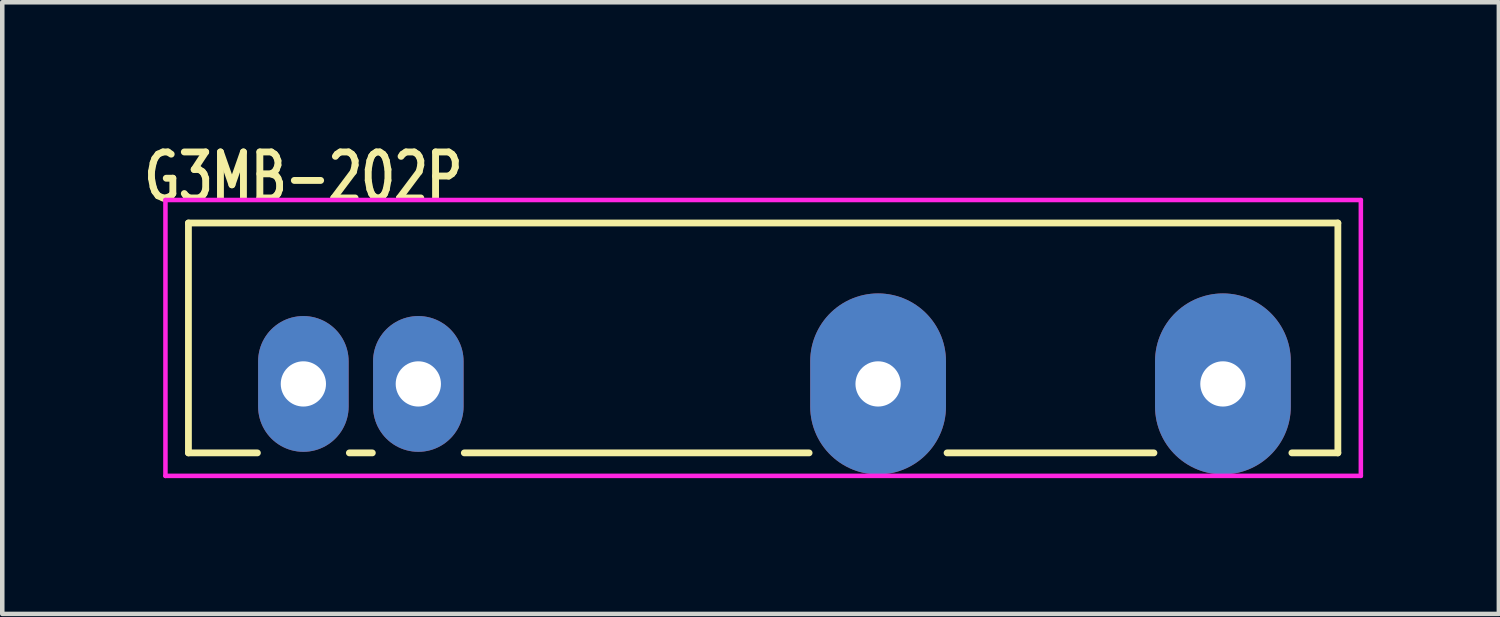
<source format=kicad_pcb>
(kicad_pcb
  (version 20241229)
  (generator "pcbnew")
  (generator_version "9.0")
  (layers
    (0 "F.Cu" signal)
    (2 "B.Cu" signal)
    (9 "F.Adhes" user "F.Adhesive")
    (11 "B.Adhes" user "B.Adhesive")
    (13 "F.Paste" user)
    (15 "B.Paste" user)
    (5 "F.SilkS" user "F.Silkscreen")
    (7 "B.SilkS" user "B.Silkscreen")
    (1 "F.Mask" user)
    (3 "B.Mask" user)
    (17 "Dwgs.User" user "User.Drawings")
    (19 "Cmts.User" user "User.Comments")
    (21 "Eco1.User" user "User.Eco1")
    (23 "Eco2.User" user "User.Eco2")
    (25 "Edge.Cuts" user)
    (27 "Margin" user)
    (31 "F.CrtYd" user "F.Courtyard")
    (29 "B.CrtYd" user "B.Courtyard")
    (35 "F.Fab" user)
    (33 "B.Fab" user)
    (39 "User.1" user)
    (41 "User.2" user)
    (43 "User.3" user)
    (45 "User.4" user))
  (footprint "G3MB-202P"
    (layer "F.Cu")
    (at 3.654 5.434)
    (property "Reference" "G3MB-202P" (at 0 -4.572 0) (layer "F.SilkS") (effects (font (size 1.016 0.762) (thickness 0.152))))
    (attr through_hole)
    (fp_line (start -2.54 1.524) (end -2.54 -3.556) (stroke (width 0.15) (type solid)) (layer "F.SilkS"))
    (fp_line (start -2.54 1.524) (end -1.016 1.524) (stroke (width 0.15) (type solid)) (layer "F.SilkS"))
    (fp_line (start 1.524 1.524) (end 1.016 1.524) (stroke (width 0.15) (type solid)) (layer "F.SilkS"))
    (fp_line (start 11.176 1.524) (end 3.556 1.524) (stroke (width 0.15) (type solid)) (layer "F.SilkS"))
    (fp_line (start 18.796 1.524) (end 14.224 1.524) (stroke (width 0.15) (type solid)) (layer "F.SilkS"))
    (fp_line (start 21.844 1.524) (end 22.86 1.524) (stroke (width 0.15) (type solid)) (layer "F.SilkS"))
    (fp_line (start 22.86 -3.556) (end -2.54 -3.556) (stroke (width 0.15) (type solid)) (layer "F.SilkS"))
    (fp_line (start 22.86 -3.556) (end 22.86 1.524) (stroke (width 0.15) (type solid)) (layer "F.SilkS"))
    (fp_line (start -3.048 -4.064) (end 23.368 -4.064) (stroke (width 0.1) (type solid)) (layer "F.CrtYd"))
    (fp_line (start -3.048 2.032) (end -3.048 -4.064) (stroke (width 0.1) (type solid)) (layer "F.CrtYd"))
    (fp_line (start 23.368 -4.064) (end 23.368 2.032) (stroke (width 0.1) (type solid)) (layer "F.CrtYd"))
    (fp_line (start 23.368 2.032) (end -3.048 2.032) (stroke (width 0.1) (type solid)) (layer "F.CrtYd"))
    (pad "1" thru_hole oval (at 20.32 0) (size 3 4) (drill 1) (layers "*.Cu" "*.Mask"))
    (pad "2" thru_hole oval (at 12.7 0) (size 3 4) (drill 1) (layers "*.Cu" "*.Mask"))
    (pad "3" thru_hole oval (at 2.54 0) (size 2 3) (drill 1) (layers "*.Cu" "*.Mask"))
    (pad "4" thru_hole oval (at 0 0) (size 2 3) (drill 1) (layers "*.Cu" "*.Mask")))
  (gr_rect
    (start -3 -3)
    (end 30.072 10.516)
    (stroke (width 0.1) (type default))
    (fill no)
    (layer "Edge.Cuts")))
</source>
